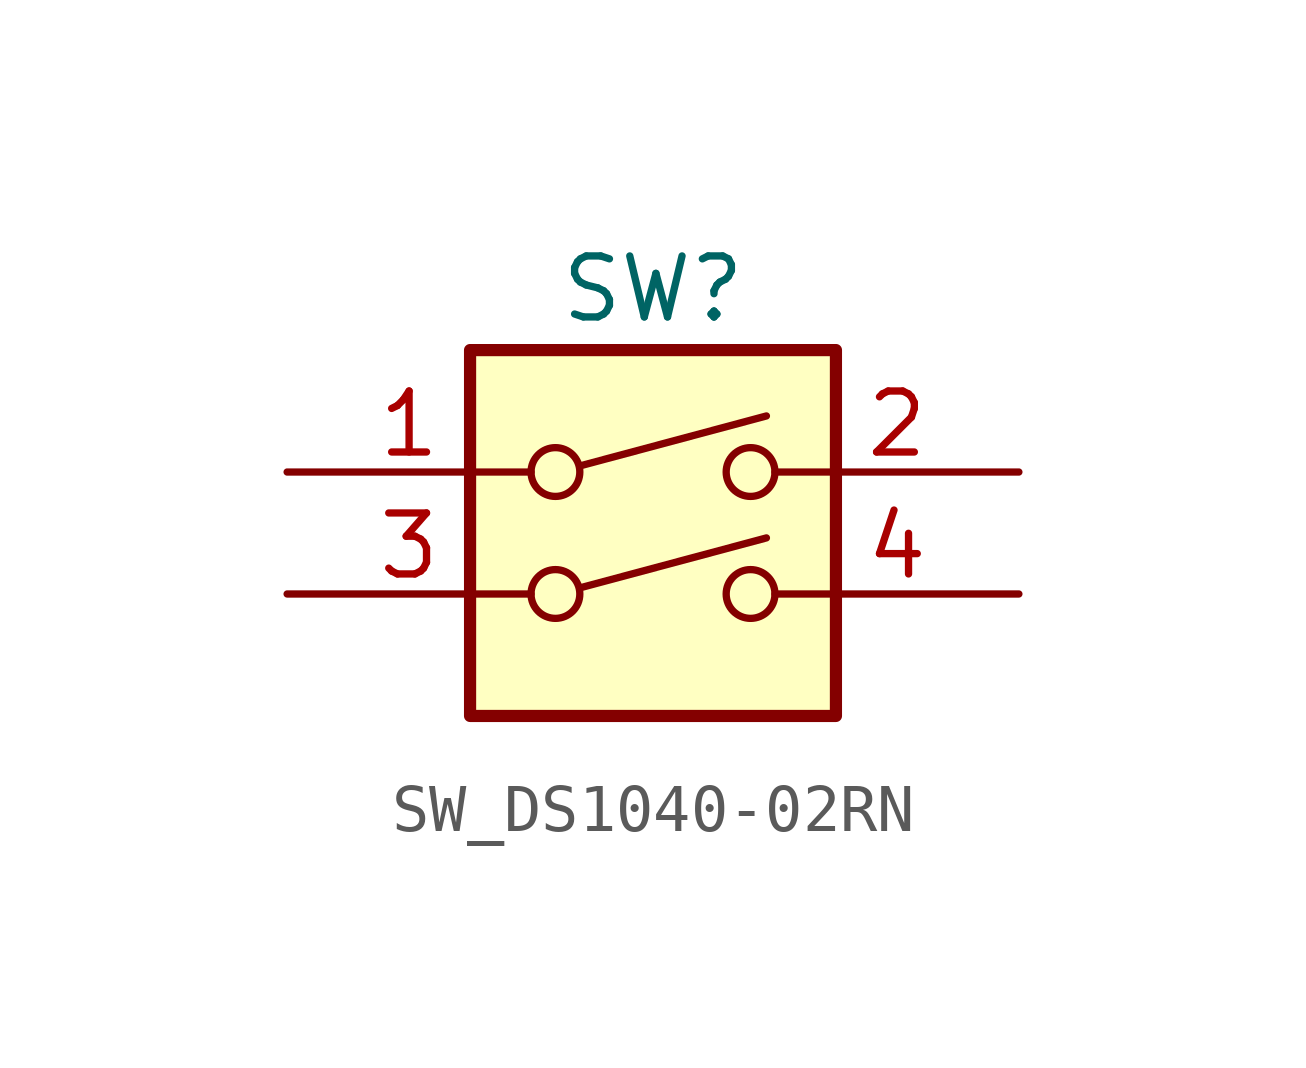
<source format=kicad_sym>
(kicad_symbol_lib
  (version 20220914)
  (generator kicad_symbol_editor)
  (symbol "SW_DS1040-02RN"
    (pin_names
      (offset 0) hide)
    (property "Reference" "SW"
      (at 0 6.35 0)
      (effects (font (size 1.27 1.27))))
    (symbol "SW_DS1040-02RN_0_0"
      (circle (center -2.032 0) (radius 0.508) (stroke (width 0) (type default)) (fill (type none)))
      (circle (center -2.032 2.54) (radius 0.508) (stroke (width 0) (type default)) (fill (type none)))
      (polyline (pts (xy -1.524 0.127) (xy 2.362 1.168)) (stroke (width 0) (type default)) (fill (type none)))
      (polyline (pts (xy -1.524 2.667) (xy 2.362 3.708)) (stroke (width 0) (type default)) (fill (type none)))
      (circle (center 2.032 0) (radius 0.508) (stroke (width 0) (type default)) (fill (type none)))
      (circle (center 2.032 2.54) (radius 0.508) (stroke (width 0) (type default)) (fill (type none))))
    (symbol "SW_DS1040-02RN_0_1"
      (rectangle (start -3.81 5.08) (end 3.81 -2.54) (stroke (width 0.254) (type default)) (fill (type background))))
    (symbol "SW_DS1040-02RN_1_1"
      (pin passive line (at -7.62 2.54 0) (length 5.08) (name "~" (effects (font (size 1.27 1.27)))) (number "1" (effects (font (size 1.27 1.27)))))
      (pin passive line (at 7.62 2.54 180) (length 5.08) (name "~" (effects (font (size 1.27 1.27)))) (number "2" (effects (font (size 1.27 1.27)))))
      (pin passive line (at -7.62 0 0) (length 5.08) (name "~" (effects (font (size 1.27 1.27)))) (number "3" (effects (font (size 1.27 1.27)))))
      (pin passive line (at 7.62 0 180) (length 5.08) (name "~" (effects (font (size 1.27 1.27)))) (number "4" (effects (font (size 1.27 1.27))))))))
</source>
